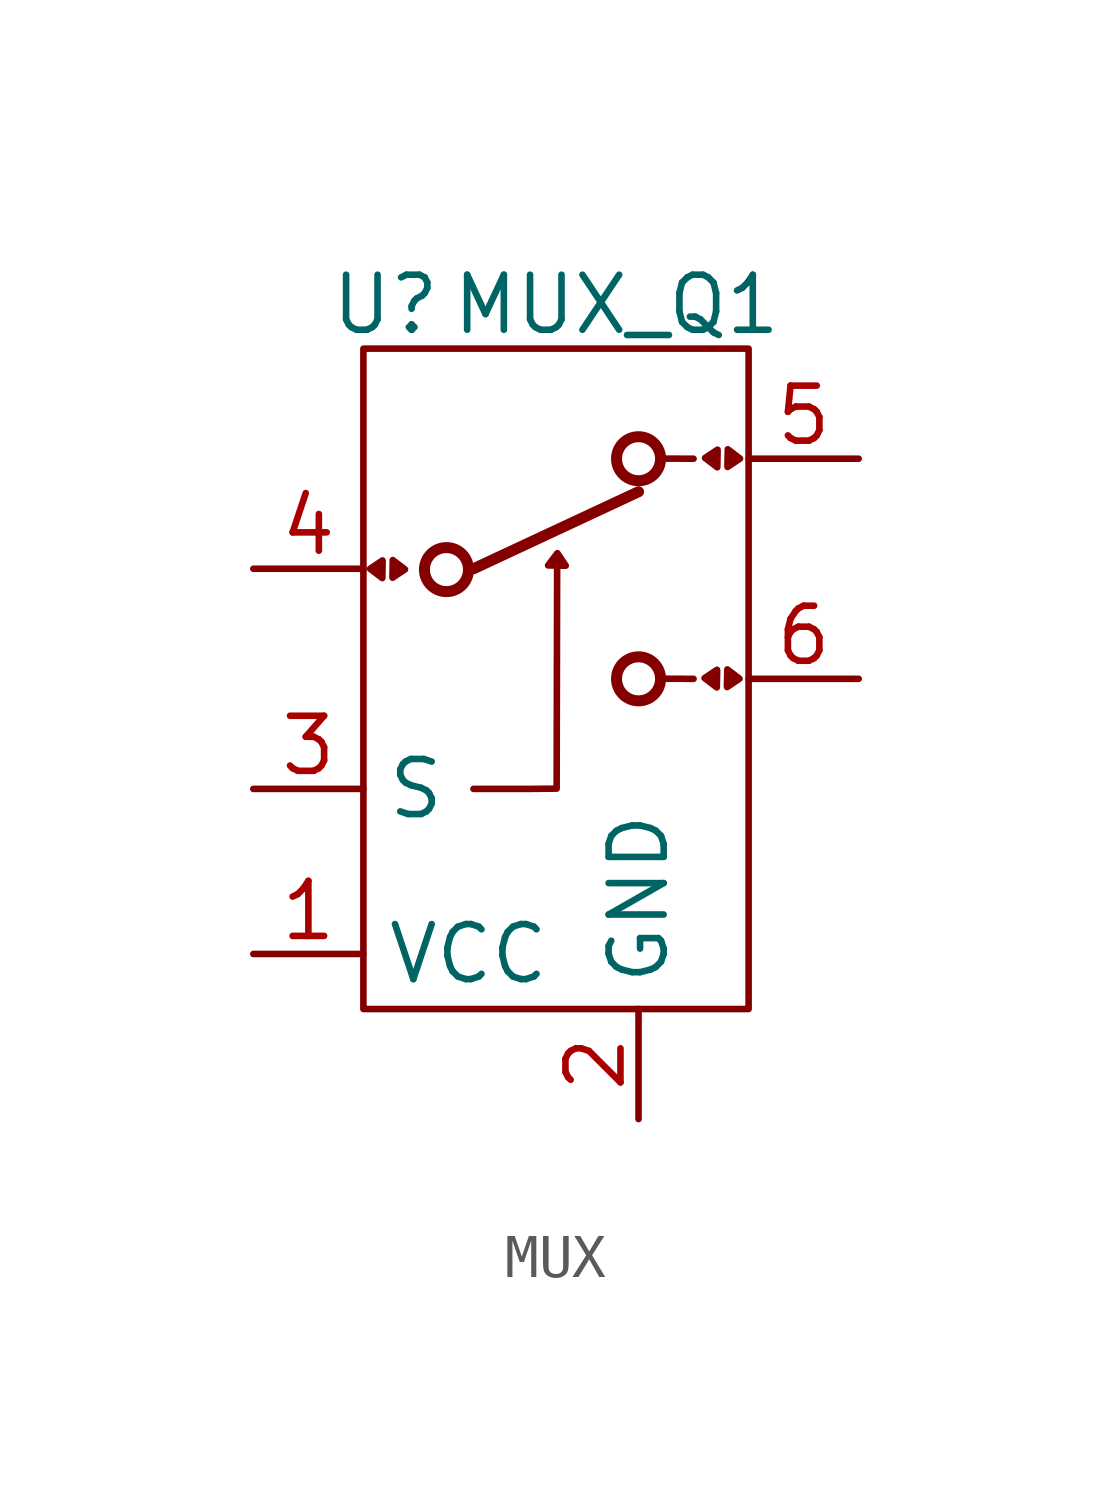
<source format=kicad_sym>
(kicad_symbol_lib
  (version 20231120)
  (generator "kicad_symbol_editor")
  (generator_version "8.0")
  (symbol "MUX"
    (property "Reference" "U"
      (at -4.572 6.096 0)
      (effects (font (size 1.27 1.27))))
    (property "Value" "MUX_Q1"
      (at 0.762 6.096 0)
      (effects (font (size 1.27 1.27))))
    (symbol "MUX_0_1"
      (polyline (pts (xy 2.54 -2.54) (xy 1.82 -2.537)) (stroke (width 0) (type default)) (fill (type none)))
      (polyline (pts (xy 2.54 2.54) (xy 1.82 2.543)) (stroke (width 0) (type default)) (fill (type none)))
      (polyline (pts (xy -2.54 -5.08) (xy -1.27 -5.08) (xy -0.62 -5.074) (xy -0.609 0.006)) (stroke (width 0) (type default)) (fill (type none))))
    (symbol "MUX_1_1"
      (rectangle (start -5.08 5.08) (end 3.81 -10.16) (stroke (width 0) (type default)) (fill (type none)))
      (circle (center -3.163 -0.019) (radius 0.508) (stroke (width 0.254) (type default)) (fill (type none)))
      (polyline (pts (xy 1.27 1.778) (xy -2.54 0)) (stroke (width 0.254) (type default)) (fill (type none)))
      (polyline (pts (xy -4.639 0.193) (xy -4.926 -0.0001) (xy -4.644 -0.215) (xy -4.636 0.173)) (stroke (width 0) (type default)) (fill (type outline)))
      (polyline (pts (xy -4.407 -0.206) (xy -4.12 -0.014) (xy -4.402 0.201) (xy -4.41 -0.187)) (stroke (width 0) (type default)) (fill (type outline)))
      (polyline (pts (xy -0.41 0.072) (xy -0.603 0.36) (xy -0.818 0.078) (xy -0.43 0.07)) (stroke (width 0) (type default)) (fill (type outline)))
      (polyline (pts (xy 3.081 -2.331) (xy 2.794 -2.523) (xy 3.076 -2.738) (xy 3.084 -2.35)) (stroke (width 0) (type default)) (fill (type outline)))
      (polyline (pts (xy 3.093 2.749) (xy 2.805 2.557) (xy 3.087 2.342) (xy 3.095 2.73)) (stroke (width 0) (type default)) (fill (type outline)))
      (polyline (pts (xy 3.313 -2.73) (xy 3.6 -2.537) (xy 3.319 -2.322) (xy 3.31 -2.71)) (stroke (width 0) (type default)) (fill (type outline)))
      (polyline (pts (xy 3.324 2.35) (xy 3.612 2.543) (xy 3.33 2.758) (xy 3.321 2.37)) (stroke (width 0) (type default)) (fill (type outline)))
      (circle (center 1.27 -2.54) (radius 0.508) (stroke (width 0.254) (type default)) (fill (type none)))
      (circle (center 1.27 2.54) (radius 0.508) (stroke (width 0.254) (type default)) (fill (type none)))
      (pin input line (at -7.62 -8.89 0) (length 2.54) (name "VCC" (effects (font (size 1.27 1.27)))) (number "1" (effects (font (size 1.27 1.27)))))
      (pin input line (at 1.27 -12.7 90) (length 2.54) (name "GND" (effects (font (size 1.27 1.27)))) (number "2" (effects (font (size 1.27 1.27)))))
      (pin input line (at -7.62 -5.08 0) (length 2.54) (name "S" (effects (font (size 1.27 1.27)))) (number "3" (effects (font (size 1.27 1.27)))))
      (pin passive line (at -7.62 0 0) (length 2.54) (name "" (effects (font (size 1.27 1.27)))) (number "4" (effects (font (size 1.27 1.27)))))
      (pin passive line (at 6.35 2.54 180) (length 2.54) (name "" (effects (font (size 1.27 1.27)))) (number "5" (effects (font (size 1.27 1.27)))))
      (pin passive line (at 6.35 -2.54 180) (length 2.54) (name "" (effects (font (size 1.27 1.27)))) (number "6" (effects (font (size 1.27 1.27))))))))
</source>
